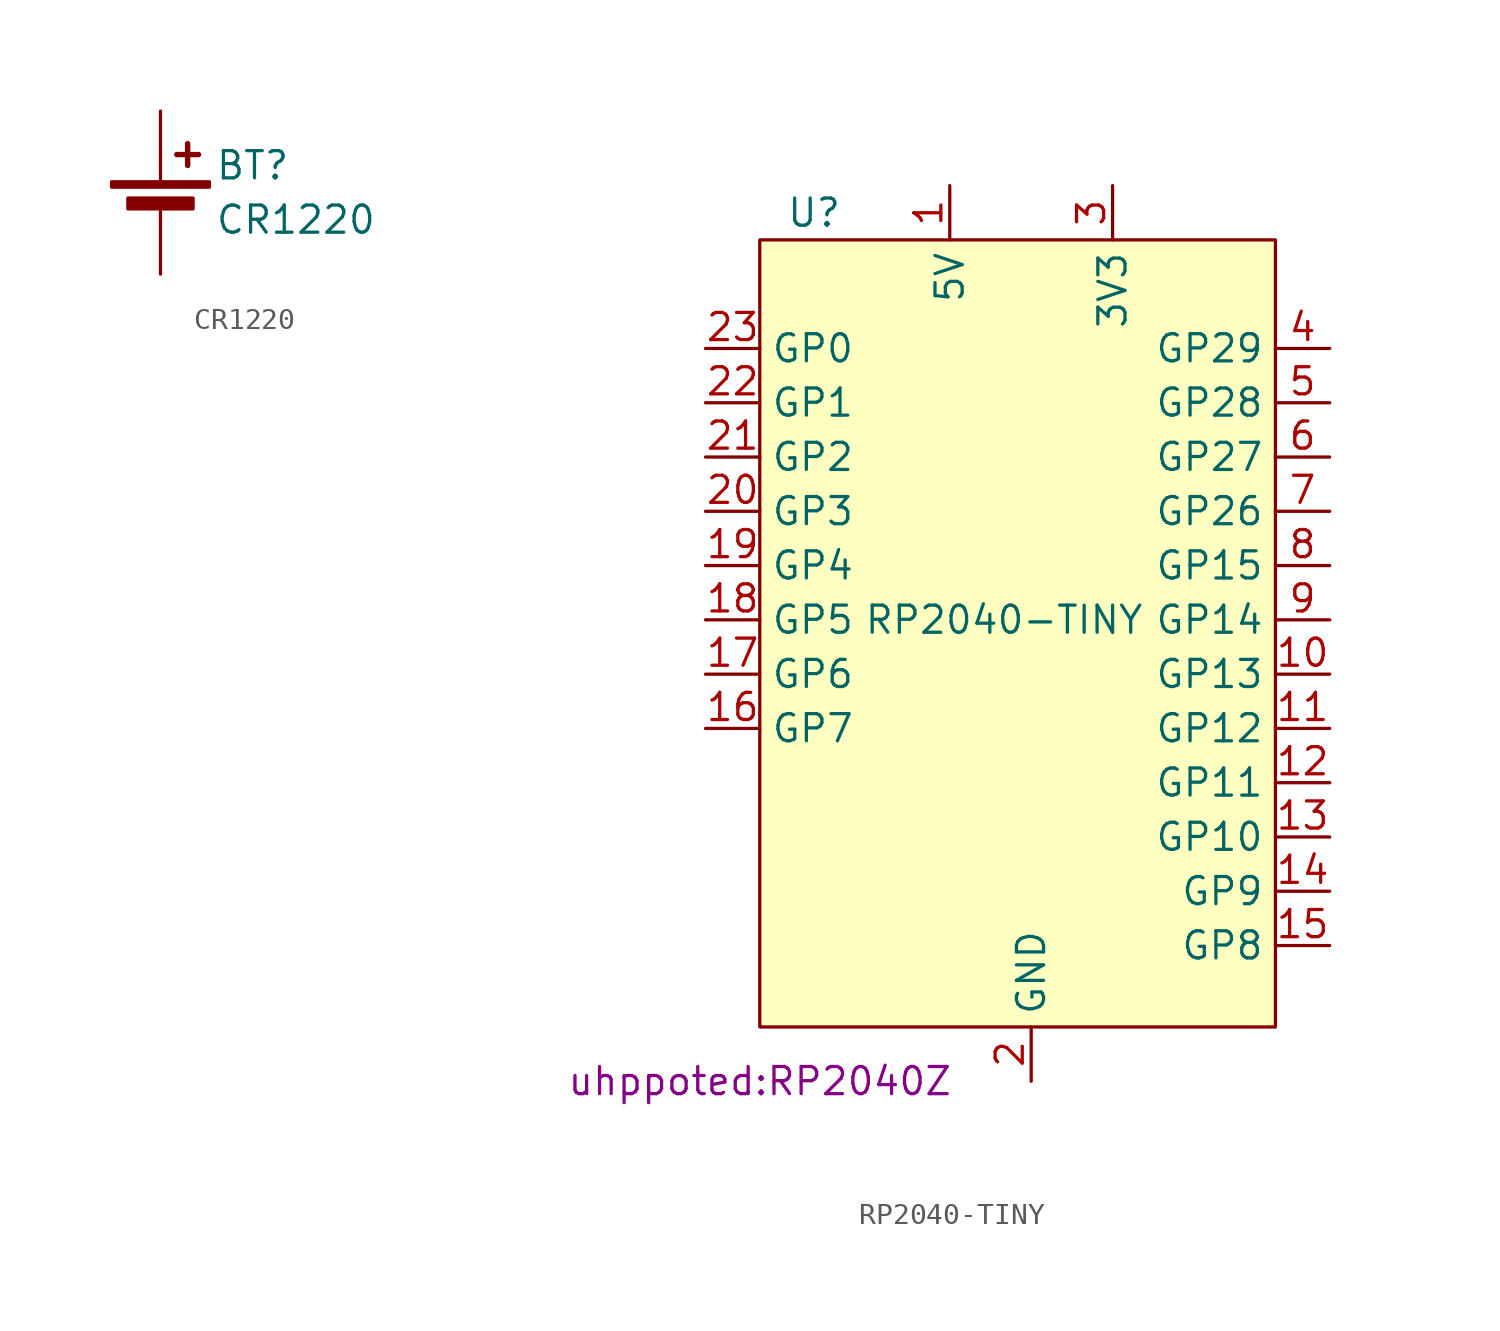
<source format=kicad_sym>
(kicad_symbol_lib
  (version 20220914)
  (generator kicad_symbol_editor)
  (symbol "CR1220"
    (pin_numbers hide)
    (pin_names
      (offset 0) hide)
    (property "Reference" "BT"
      (at 2.54 2.54 0)
      (effects (font (size 1.27 1.27)) (justify left)))
    (property "Value" "CR1220"
      (at 2.54 0 0)
      (effects (font (size 1.27 1.27)) (justify left)))
    (symbol "CR1220_0_1"
      (rectangle (start -2.286 1.778) (end 2.286 1.524) (stroke (width 0) (type default)) (fill (type outline)))
      (rectangle (start -1.524 1.016) (end 1.524 0.508) (stroke (width 0) (type default)) (fill (type outline)))
      (polyline (pts (xy 0 0.762) (xy 0 0)) (stroke (width 0) (type default)) (fill (type none)))
      (polyline (pts (xy 0 1.778) (xy 0 2.54)) (stroke (width 0) (type default)) (fill (type none)))
      (polyline (pts (xy 0.762 3.048) (xy 1.778 3.048)) (stroke (width 0.254) (type default)) (fill (type none)))
      (polyline (pts (xy 1.27 3.556) (xy 1.27 2.54)) (stroke (width 0.254) (type default)) (fill (type none))))
    (symbol "CR1220_1_1"
      (pin power_out line (at 0 5.08 270) (length 2.54) (name "+" (effects (font (size 1.27 1.27)))) (number "1" (effects (font (size 1.27 1.27)))))
      (pin power_out line (at 0 -2.54 90) (length 2.54) (name "-" (effects (font (size 1.27 1.27)))) (number "2" (effects (font (size 1.27 1.27)))))))
  (symbol "RP2040-TINY"
    (property "Reference" "U"
      (at -10.16 20.32 0)
      (effects (font (size 1.27 1.27))))
    (property "Value" "RP2040-TINY"
      (at -1.27 1.27 0)
      (effects (font (size 1.27 1.27))))
    (property "Footprint" "uhppoted:RP2040Z"
      (at -12.7 -20.32 0)
      (effects (font (size 1.27 1.27))))
    (symbol "RP2040-TINY_0_1"
      (rectangle (start -12.7 19.05) (end 11.43 -17.78) (stroke (width 0) (type default)) (fill (type background))))
    (symbol "RP2040-TINY_1_1"
      (pin power_in line (at -3.81 21.59 270) (length 2.54) (name "5V" (effects (font (size 1.27 1.27)))) (number "1" (effects (font (size 1.27 1.27)))))
      (pin bidirectional line (at 13.97 -1.27 180) (length 2.54) (name "GP13" (effects (font (size 1.27 1.27)))) (number "10" (effects (font (size 1.27 1.27)))) (alternate "I2C0 SCL" bidirectional line) (alternate "SPI1 CSn" bidirectional line) (alternate "UART0 RX" input line))
      (pin bidirectional line (at 13.97 -3.81 180) (length 2.54) (name "GP12" (effects (font (size 1.27 1.27)))) (number "11" (effects (font (size 1.27 1.27)))) (alternate "I2C0 SDA" bidirectional line) (alternate "SPI1 RX" input line) (alternate "UART0 TX" output line))
      (pin bidirectional line (at 13.97 -6.35 180) (length 2.54) (name "GP11" (effects (font (size 1.27 1.27)))) (number "12" (effects (font (size 1.27 1.27)))) (alternate "I2C1 SCL" bidirectional line) (alternate "SPI1 TX" output line))
      (pin bidirectional line (at 13.97 -8.89 180) (length 2.54) (name "GP10" (effects (font (size 1.27 1.27)))) (number "13" (effects (font (size 1.27 1.27)))) (alternate "I2C1 SDA" bidirectional line) (alternate "SPI1  SCK" bidirectional line))
      (pin bidirectional line (at 13.97 -11.43 180) (length 2.54) (name "GP9" (effects (font (size 1.27 1.27)))) (number "14" (effects (font (size 1.27 1.27)))) (alternate "I2C0 SCL" bidirectional line) (alternate "SPI1 CSn" bidirectional line) (alternate "UART1 RX" input line))
      (pin bidirectional line (at 13.97 -13.97 180) (length 2.54) (name "GP8" (effects (font (size 1.27 1.27)))) (number "15" (effects (font (size 1.27 1.27)))) (alternate "I2C0 SDA" bidirectional line) (alternate "SPI1 RX" input line) (alternate "UART1 TX" bidirectional line))
      (pin bidirectional line (at -15.24 -3.81 0) (length 2.54) (name "GP7" (effects (font (size 1.27 1.27)))) (number "16" (effects (font (size 1.27 1.27)))) (alternate "I2C1 SCL" bidirectional line) (alternate "SPI0 TX" output line))
      (pin bidirectional line (at -15.24 -1.27 0) (length 2.54) (name "GP6" (effects (font (size 1.27 1.27)))) (number "17" (effects (font (size 1.27 1.27)))) (alternate "I2C1 SDA" bidirectional line) (alternate "SPI0 SCK" bidirectional line))
      (pin bidirectional line (at -15.24 1.27 0) (length 2.54) (name "GP5" (effects (font (size 1.27 1.27)))) (number "18" (effects (font (size 1.27 1.27)))) (alternate "I2C0 SCL" bidirectional line) (alternate "SPI0 CSn" bidirectional line) (alternate "UART1 RX" input line))
      (pin bidirectional line (at -15.24 3.81 0) (length 2.54) (name "GP4" (effects (font (size 1.27 1.27)))) (number "19" (effects (font (size 1.27 1.27)))) (alternate "I2C0 SDA" bidirectional line) (alternate "SPI0 RX" input line) (alternate "UART1 TX" output line))
      (pin power_in line (at 0 -20.32 90) (length 2.54) (name "GND" (effects (font (size 1.27 1.27)))) (number "2" (effects (font (size 1.27 1.27)))))
      (pin bidirectional line (at -15.24 6.35 0) (length 2.54) (name "GP3" (effects (font (size 1.27 1.27)))) (number "20" (effects (font (size 1.27 1.27)))) (alternate "I2C1 SCL" bidirectional line) (alternate "SPI0 TX" output line))
      (pin bidirectional line (at -15.24 8.89 0) (length 2.54) (name "GP2" (effects (font (size 1.27 1.27)))) (number "21" (effects (font (size 1.27 1.27)))) (alternate "I2C1 SDA" bidirectional line) (alternate "SPI0 SCK" bidirectional line))
      (pin bidirectional line (at -15.24 11.43 0) (length 2.54) (name "GP1" (effects (font (size 1.27 1.27)))) (number "22" (effects (font (size 1.27 1.27)))) (alternate "I2C0 SCL" bidirectional line) (alternate "SPI0 CSn" bidirectional line) (alternate "UART0 RX" input line))
      (pin bidirectional line (at -15.24 13.97 0) (length 2.54) (name "GP0" (effects (font (size 1.27 1.27)))) (number "23" (effects (font (size 1.27 1.27)))) (alternate "I2C0 SDA" bidirectional line) (alternate "SPI0 RX" input line) (alternate "UART0 TX" output line))
      (pin power_out line (at 3.81 21.59 270) (length 2.54) (name "3V3" (effects (font (size 1.27 1.27)))) (number "3" (effects (font (size 1.27 1.27)))))
      (pin bidirectional line (at 13.97 13.97 180) (length 2.54) (name "GP29" (effects (font (size 1.27 1.27)))) (number "4" (effects (font (size 1.27 1.27)))) (alternate "ADC3" input line))
      (pin bidirectional line (at 13.97 11.43 180) (length 2.54) (name "GP28" (effects (font (size 1.27 1.27)))) (number "5" (effects (font (size 1.27 1.27)))) (alternate "ADC2" input line))
      (pin bidirectional line (at 13.97 8.89 180) (length 2.54) (name "GP27" (effects (font (size 1.27 1.27)))) (number "6" (effects (font (size 1.27 1.27)))) (alternate "ADC1" input line) (alternate "I2C1 SCL" output line))
      (pin bidirectional line (at 13.97 6.35 180) (length 2.54) (name "GP26" (effects (font (size 1.27 1.27)))) (number "7" (effects (font (size 1.27 1.27)))) (alternate "ADC0" input line) (alternate "I2C1 SDA" bidirectional line))
      (pin bidirectional line (at 13.97 3.81 180) (length 2.54) (name "GP15" (effects (font (size 1.27 1.27)))) (number "8" (effects (font (size 1.27 1.27)))) (alternate "I2C1 SCL" bidirectional line) (alternate "SPI1 TX" output line))
      (pin bidirectional line (at 13.97 1.27 180) (length 2.54) (name "GP14" (effects (font (size 1.27 1.27)))) (number "9" (effects (font (size 1.27 1.27)))) (alternate "I2C1 SDA" bidirectional line) (alternate "SPI1 SCK" bidirectional line)))))
</source>
